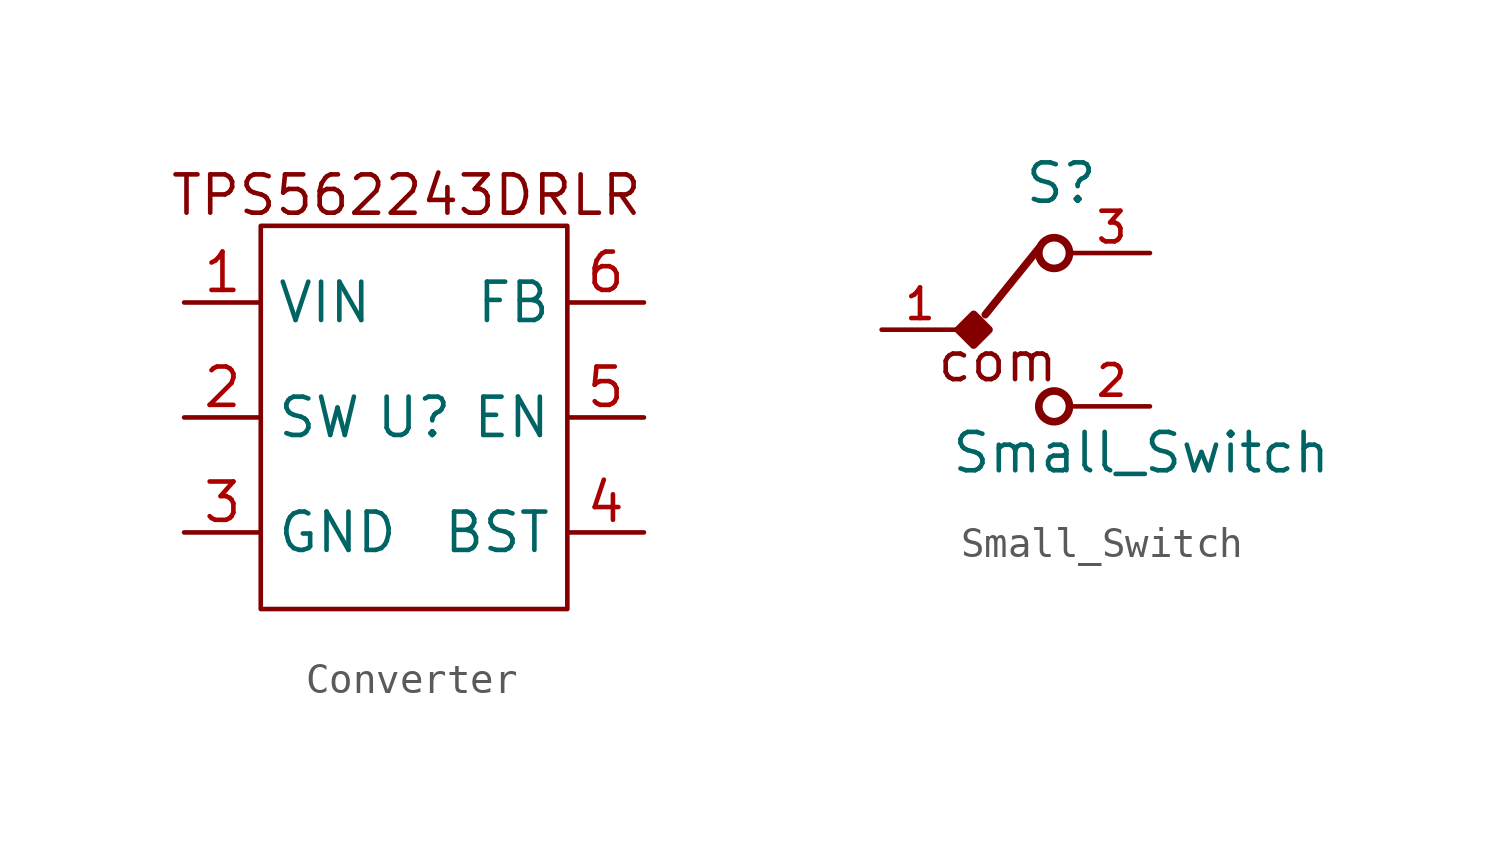
<source format=kicad_sym>
(kicad_symbol_lib
  (version 20241209)
  (generator "kicad_symbol_editor")
  (generator_version "9.0")
  (symbol "Converter"
    (property "Reference" "U"
      (at 0 0 0)
      (effects (font (size 1.27 1.27))))
    (property "Value" ""
      (at 0 0 0)
      (effects (font (size 1.27 1.27))))
    (symbol "Converter_0_1"
      (rectangle (start -5.08 6.35) (end 5.08 -6.35) (stroke (width 0) (type default)) (fill (type none))))
    (symbol "Converter_1_1"
      (text "TPS562243DRLR" (at -0.254 7.366 0) (effects (font (size 1.27 1.27))))
      (pin power_in line (at -7.62 3.81 0) (length 2.54) (name "VIN" (effects (font (size 1.27 1.27)))) (number "1" (effects (font (size 1.27 1.27)))))
      (pin passive line (at -7.62 0 0) (length 2.54) (name "SW" (effects (font (size 1.27 1.27)))) (number "2" (effects (font (size 1.27 1.27)))))
      (pin power_in line (at -7.62 -3.81 0) (length 2.54) (name "GND" (effects (font (size 1.27 1.27)))) (number "3" (effects (font (size 1.27 1.27)))))
      (pin output line (at 7.62 3.81 180) (length 2.54) (name "FB" (effects (font (size 1.27 1.27)))) (number "6" (effects (font (size 1.27 1.27)))))
      (pin input line (at 7.62 0 180) (length 2.54) (name "EN" (effects (font (size 1.27 1.27)))) (number "5" (effects (font (size 1.27 1.27)))))
      (pin passive line (at 7.62 -3.81 180) (length 2.54) (name "BST" (effects (font (size 1.27 1.27)))) (number "4" (effects (font (size 1.27 1.27)))))))
  (symbol "Small_Switch"
    (pin_names
      (offset 1.016))
    (property "Reference" "S"
      (at 2.14 4.11 0)
      (effects (font (size 1.27 1.27)) (justify bottom)))
    (property "Value" "Small_Switch"
      (at -1.54 -4.82 0)
      (effects (font (size 1.27 1.27)) (justify left bottom)))
    (symbol "Small_Switch_0_0"
      (polyline (pts (xy -0.762 -0.508) (xy -1.27 0) (xy -0.762 0.508) (xy -0.254 0) (xy -0.762 -0.508)) (stroke (width 0.254) (type default)) (fill (type outline)))
      (polyline (pts (xy -0.376 0.5) (xy 1.4 2.7)) (stroke (width 0.254) (type default)) (fill (type none)))
      (circle (center 1.905 2.54) (radius 0.508) (stroke (width 0.254) (type default)) (fill (type none)))
      (circle (center 1.905 -2.54) (radius 0.508) (stroke (width 0.254) (type default)) (fill (type none)))
      (text "com" (at -2.03 -1.8 0) (effects (font (size 1.27 1.27)) (justify left bottom)))
      (pin passive line (at -3.81 0 0) (length 2.54) (name "~" (effects (font (size 1.016 1.016)))) (number "1" (effects (font (size 1.016 1.016)))))
      (pin passive line (at 5.08 2.54 180) (length 2.54) (name "~" (effects (font (size 1.016 1.016)))) (number "3" (effects (font (size 1.016 1.016)))))
      (pin passive line (at 5.08 -2.54 180) (length 2.54) (name "~" (effects (font (size 1.016 1.016)))) (number "2" (effects (font (size 1.016 1.016))))))))
</source>
